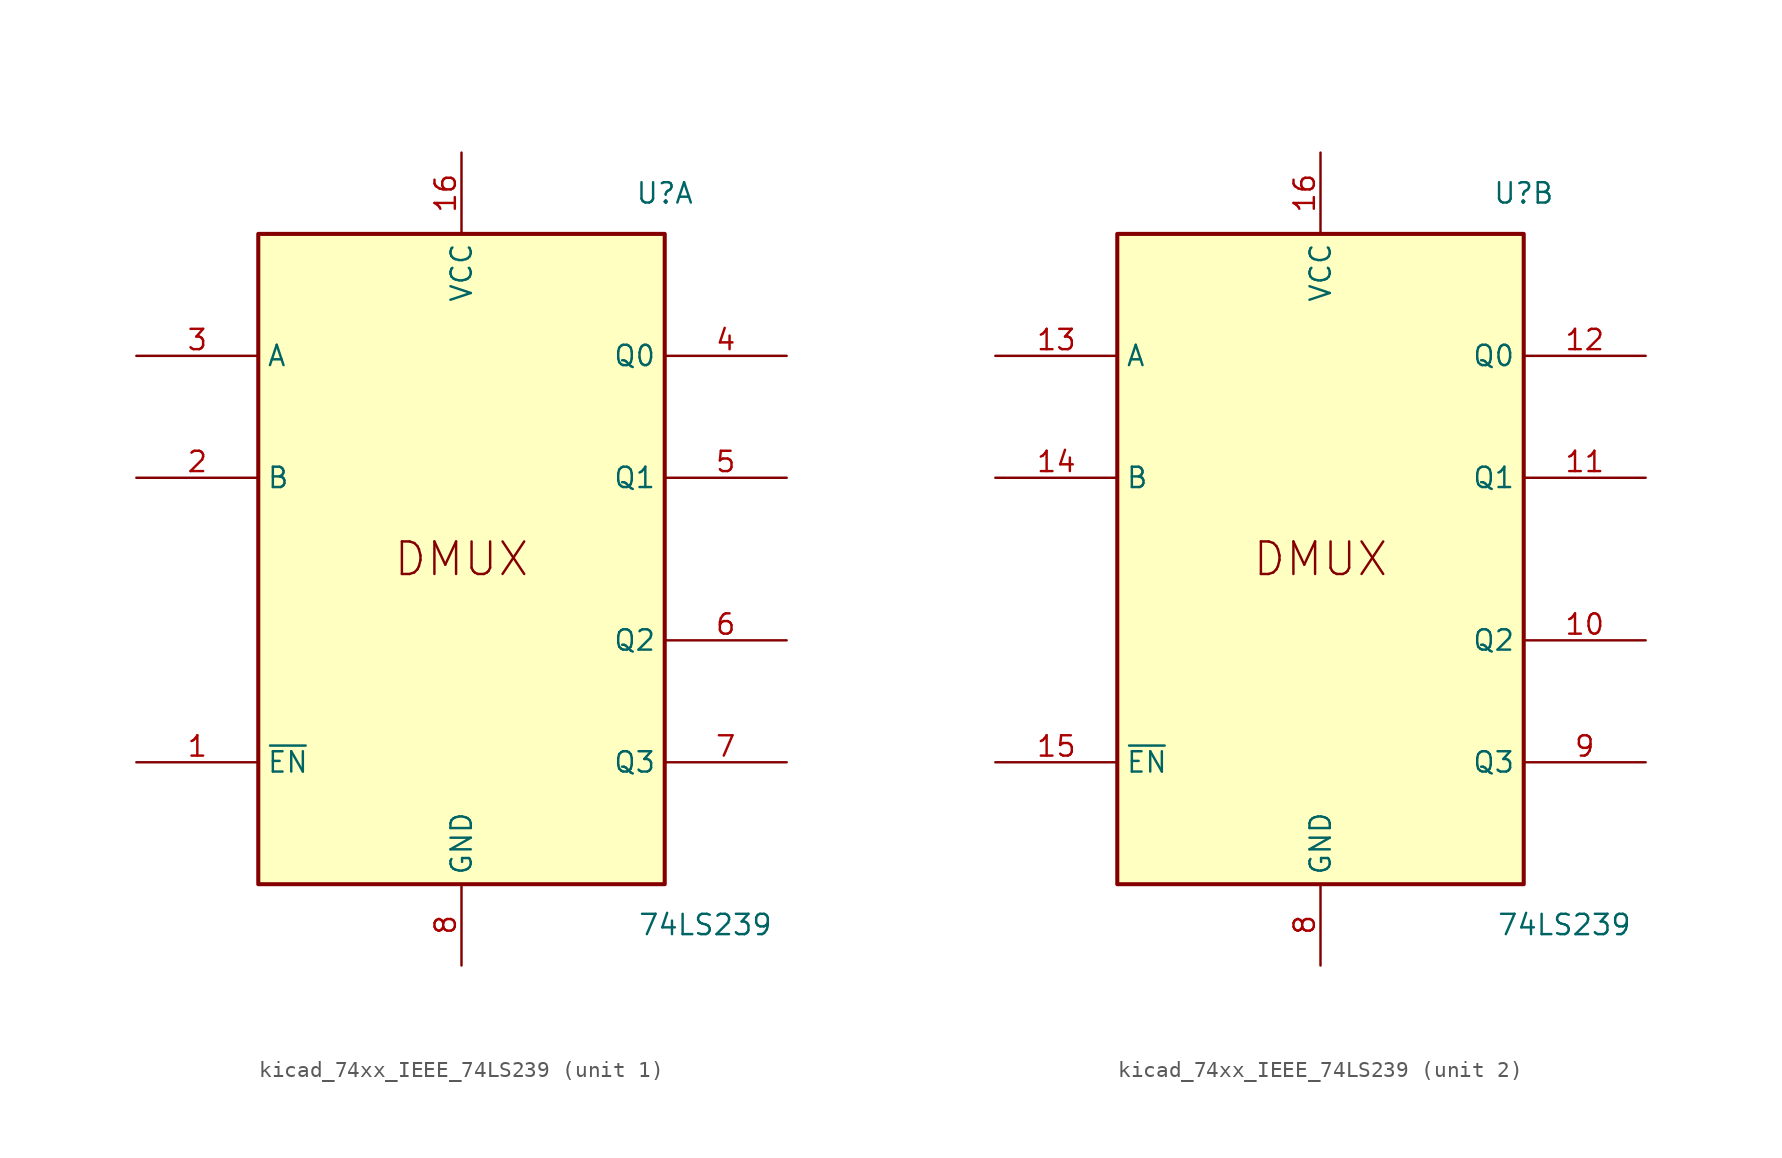
<source format=kicad_sym>
(kicad_symbol_lib
  (version 20220914)
  (generator kicad_symbol_editor)
  (symbol "kicad_74xx_IEEE_74LS239"
    (property "Reference" "U"
      (at 12.7 22.86 0)
      (effects (font (size 1.27 1.27))))
    (property "Value" "74LS239"
      (at 15.24 -22.86 0)
      (effects (font (size 1.27 1.27))))
    (symbol "kicad_74xx_IEEE_74LS239_0_0"
      (rectangle (start -12.7 20.32) (end 12.7 -20.32) (stroke (width 0.254) (type default)) (fill (type background)))
      (text "DMUX" (at 0 0 0) (effects (font (size 2.032 2.032))))
      (pin power_in line (at 0 25.4 270) (length 5.08) (name "VCC" (effects (font (size 1.27 1.27)))) (number "16" (effects (font (size 1.27 1.27)))))
      (pin power_in line (at 0 -25.4 90) (length 5.08) (name "GND" (effects (font (size 1.27 1.27)))) (number "8" (effects (font (size 1.27 1.27))))))
    (symbol "kicad_74xx_IEEE_74LS239_1_1"
      (pin input line (at -20.32 -12.7 0) (length 7.62) (name "~{EN}" (effects (font (size 1.27 1.27)))) (number "1" (effects (font (size 1.27 1.27)))))
      (pin input line (at -20.32 5.08 0) (length 7.62) (name "B" (effects (font (size 1.27 1.27)))) (number "2" (effects (font (size 1.27 1.27)))))
      (pin input line (at -20.32 12.7 0) (length 7.62) (name "A" (effects (font (size 1.27 1.27)))) (number "3" (effects (font (size 1.27 1.27)))))
      (pin output line (at 20.32 12.7 180) (length 7.62) (name "Q0" (effects (font (size 1.27 1.27)))) (number "4" (effects (font (size 1.27 1.27)))))
      (pin output line (at 20.32 5.08 180) (length 7.62) (name "Q1" (effects (font (size 1.27 1.27)))) (number "5" (effects (font (size 1.27 1.27)))))
      (pin output line (at 20.32 -5.08 180) (length 7.62) (name "Q2" (effects (font (size 1.27 1.27)))) (number "6" (effects (font (size 1.27 1.27)))))
      (pin output line (at 20.32 -12.7 180) (length 7.62) (name "Q3" (effects (font (size 1.27 1.27)))) (number "7" (effects (font (size 1.27 1.27))))))
    (symbol "kicad_74xx_IEEE_74LS239_2_1"
      (pin output line (at 20.32 -5.08 180) (length 7.62) (name "Q2" (effects (font (size 1.27 1.27)))) (number "10" (effects (font (size 1.27 1.27)))))
      (pin output line (at 20.32 5.08 180) (length 7.62) (name "Q1" (effects (font (size 1.27 1.27)))) (number "11" (effects (font (size 1.27 1.27)))))
      (pin output line (at 20.32 12.7 180) (length 7.62) (name "Q0" (effects (font (size 1.27 1.27)))) (number "12" (effects (font (size 1.27 1.27)))))
      (pin input line (at -20.32 12.7 0) (length 7.62) (name "A" (effects (font (size 1.27 1.27)))) (number "13" (effects (font (size 1.27 1.27)))))
      (pin input line (at -20.32 5.08 0) (length 7.62) (name "B" (effects (font (size 1.27 1.27)))) (number "14" (effects (font (size 1.27 1.27)))))
      (pin input line (at -20.32 -12.7 0) (length 7.62) (name "~{EN}" (effects (font (size 1.27 1.27)))) (number "15" (effects (font (size 1.27 1.27)))))
      (pin output line (at 20.32 -12.7 180) (length 7.62) (name "Q3" (effects (font (size 1.27 1.27)))) (number "9" (effects (font (size 1.27 1.27))))))))
</source>
